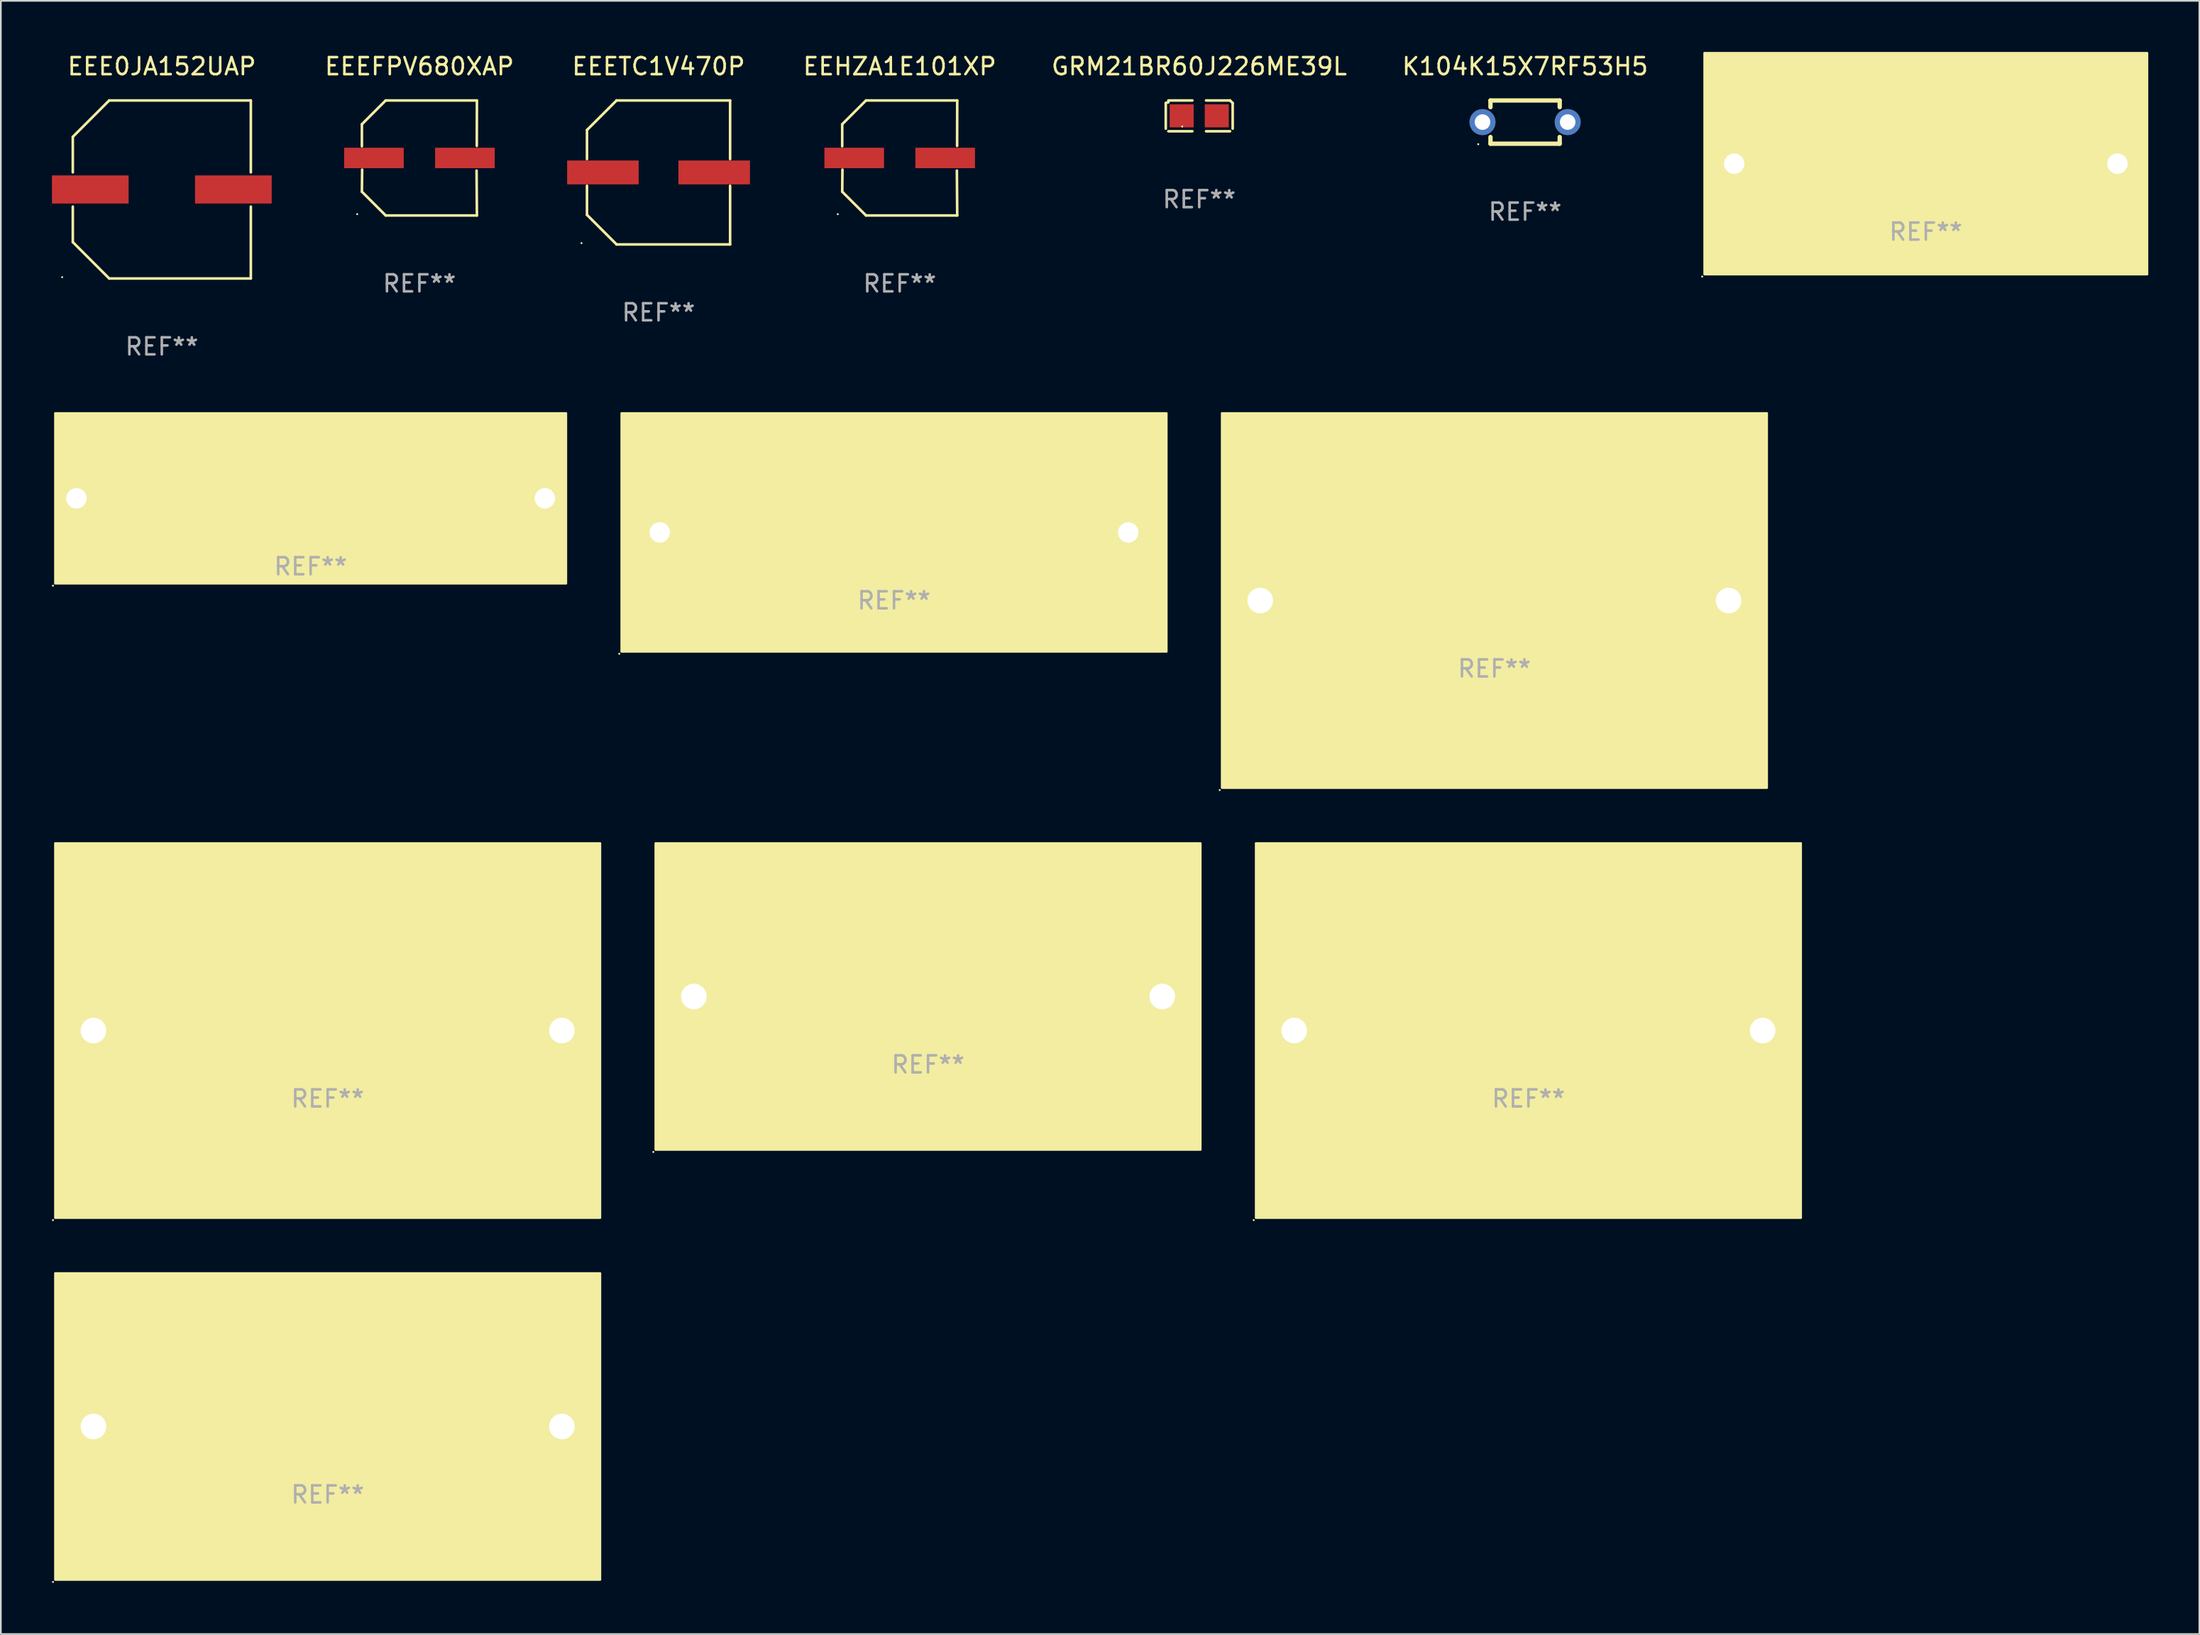
<source format=kicad_pcb>
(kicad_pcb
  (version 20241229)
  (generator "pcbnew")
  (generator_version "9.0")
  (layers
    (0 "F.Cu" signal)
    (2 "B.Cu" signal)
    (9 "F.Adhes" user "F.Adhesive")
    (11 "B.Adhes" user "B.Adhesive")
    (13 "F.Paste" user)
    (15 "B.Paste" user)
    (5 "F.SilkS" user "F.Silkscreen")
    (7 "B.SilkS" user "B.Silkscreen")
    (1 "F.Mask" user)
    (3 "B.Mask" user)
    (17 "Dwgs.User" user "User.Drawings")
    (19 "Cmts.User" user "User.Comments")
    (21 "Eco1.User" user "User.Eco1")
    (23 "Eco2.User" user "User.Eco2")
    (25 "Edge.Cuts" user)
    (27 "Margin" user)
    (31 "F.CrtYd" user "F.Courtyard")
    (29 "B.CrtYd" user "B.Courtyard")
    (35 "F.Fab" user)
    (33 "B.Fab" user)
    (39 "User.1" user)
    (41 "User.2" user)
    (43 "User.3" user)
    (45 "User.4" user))
  (footprint "MP2475K27F8R8LC"
    (layer "F.Cu")
    (at 86.681 57.456)
    (property "Reference" "MP2475K27F8R8LC" (at 0 -2 0) (layer "F.SilkS") (effects (font (size 1 1) (thickness 0.15))))
    (attr through_hole)
    (fp_circle (center -16.127 11.127) (end -16.097 11.127) (stroke (width 0.06) (type solid)) (fill no) (layer "F.SilkS"))
    (fp_poly (pts (xy -16 -11) (xy 16 -11) (xy 16 11) (xy -16 11)) (stroke (width 0.12) (type solid)) (fill yes) (layer "F.SilkS"))
    (fp_text user "REF**" (at 0 4 0) (layer "F.Fab") (effects (font (size 1 1) (thickness 0.15))))
    (pad "1" thru_hole circle (at -13.75 0) (size 2.5 2.5) (drill 1.5) (layers "*.Cu" "*.Mask"))
    (pad "2" thru_hole circle (at 13.75 0) (size 2.5 2.5) (drill 1.5) (layers "*.Cu" "*.Mask")))
  (footprint "EEHZA1E101XP"
    (layer "F.Cu")
    (at 49.771 6.224)
    (property "Reference" "EEHZA1E101XP" (at 0 -5.376 0) (layer "F.SilkS") (effects (font (size 1 1) (thickness 0.15))))
    (attr through_hole)
    (fp_line (start -3.376 -1.98) (end -3.376 -0.686) (stroke (width 0.152) (type solid)) (layer "F.SilkS"))
    (fp_line (start -3.376 1.981) (end -3.362 0.686) (stroke (width 0.152) (type solid)) (layer "F.SilkS"))
    (fp_line (start -1.981 3.376) (end -3.376 1.981) (stroke (width 0.152) (type solid)) (layer "F.SilkS"))
    (fp_line (start -1.98 -3.376) (end -3.376 -1.98) (stroke (width 0.152) (type solid)) (layer "F.SilkS"))
    (fp_line (start 3.356 0.74) (end 3.376 3.376) (stroke (width 0.152) (type solid)) (layer "F.SilkS"))
    (fp_line (start 3.369 -0.707) (end 3.376 -3.376) (stroke (width 0.152) (type solid)) (layer "F.SilkS"))
    (fp_line (start 3.376 3.376) (end -1.981 3.376) (stroke (width 0.152) (type solid)) (layer "F.SilkS"))
    (fp_line (start 3.376 -3.376) (end -1.98 -3.376) (stroke (width 0.152) (type solid)) (layer "F.SilkS"))
    (fp_circle (center -3.634 3.3) (end -3.604 3.3) (stroke (width 0.06) (type solid)) (fill no) (layer "F.SilkS"))
    (fp_text user "REF**" (at 0 7.376 0) (layer "F.Fab") (effects (font (size 1 1) (thickness 0.15))))
    (pad "1" smd rect (at -2.67 0.000254) (size 3.5 1.2) (layers "F.Cu" "F.Mask" "F.Paste"))
    (pad "2" smd rect (at 2.67 0.000254) (size 3.5 1.2) (layers "F.Cu" "F.Mask" "F.Paste")))
  (footprint "MEF335K250D03"
    (layer "F.Cu")
    (at 15.187 26.209)
    (property "Reference" "MEF335K250D03" (at 0 -2 0) (layer "F.SilkS") (effects (font (size 1 1) (thickness 0.15))))
    (attr through_hole)
    (fp_circle (center -15.127 5.127) (end -15.097 5.127) (stroke (width 0.06) (type solid)) (fill no) (layer "F.SilkS"))
    (fp_poly (pts (xy -15 -5) (xy 15 -5) (xy 15 5) (xy -15 5)) (stroke (width 0.12) (type solid)) (fill yes) (layer "F.SilkS"))
    (fp_text user "REF**" (at 0 4 0) (layer "F.Fab") (effects (font (size 1 1) (thickness 0.15))))
    (pad "1" thru_hole circle (at -13.75 0) (size 2 2) (drill 1.2) (layers "*.Cu" "*.Mask"))
    (pad "2" thru_hole circle (at 13.75 0) (size 2 2) (drill 1.2) (layers "*.Cu" "*.Mask")))
  (footprint "K104K15X7RF53H5"
    (layer "F.Cu")
    (at 86.486 4.118)
    (property "Reference" "K104K15X7RF53H5" (at 0 -3.27 0) (layer "F.SilkS") (effects (font (size 1 1) (thickness 0.15))))
    (attr through_hole)
    (fp_line (start -2.032 -1.27) (end -2.032 -0.876) (stroke (width 0.254) (type solid)) (layer "F.SilkS"))
    (fp_line (start -2.032 0.876) (end -2.032 1.27) (stroke (width 0.254) (type solid)) (layer "F.SilkS"))
    (fp_line (start -2.032 1.27) (end 2.032 1.27) (stroke (width 0.254) (type solid)) (layer "F.SilkS"))
    (fp_line (start 2.032 -1.27) (end -2.032 -1.27) (stroke (width 0.254) (type solid)) (layer "F.SilkS"))
    (fp_line (start 2.032 -0.876) (end 2.032 -1.27) (stroke (width 0.254) (type solid)) (layer "F.SilkS"))
    (fp_line (start 2.032 1.27) (end 2.032 0.876) (stroke (width 0.254) (type solid)) (layer "F.SilkS"))
    (fp_circle (center -2.751 1.3) (end -2.721 1.3) (stroke (width 0.06) (type solid)) (fill no) (layer "F.SilkS"))
    (fp_text user "REF**" (at 0 5.27 0) (layer "F.Fab") (effects (font (size 1 1) (thickness 0.15))))
    (pad "1" thru_hole circle (at -2.5 0) (size 1.524 1.524) (drill 0.914) (layers "*.Cu" "*.Mask"))
    (pad "2" thru_hole circle (at 2.5 0) (size 1.524 1.524) (drill 0.914) (layers "*.Cu" "*.Mask")))
  (footprint "EEE0JA152UAP"
    (layer "F.Cu")
    (at 6.45 8.074)
    (property "Reference" "EEE0JA152UAP" (at 0 -7.226 0) (layer "F.SilkS") (effects (font (size 1 1) (thickness 0.15))))
    (attr through_hole)
    (fp_line (start -5.226 -3.09) (end -5.226 -1.005) (stroke (width 0.152) (type solid)) (layer "F.SilkS"))
    (fp_line (start -5.226 1.005) (end -5.226 3.09) (stroke (width 0.152) (type solid)) (layer "F.SilkS"))
    (fp_line (start -3.09 -5.226) (end -5.226 -3.09) (stroke (width 0.152) (type solid)) (layer "F.SilkS"))
    (fp_line (start -3.09 5.226) (end -5.226 3.09) (stroke (width 0.152) (type solid)) (layer "F.SilkS"))
    (fp_line (start 5.226 -5.226) (end -3.09 -5.226) (stroke (width 0.152) (type solid)) (layer "F.SilkS"))
    (fp_line (start 5.226 -5.226) (end 5.226 -1.005) (stroke (width 0.152) (type solid)) (layer "F.SilkS"))
    (fp_line (start 5.226 1.005) (end 5.226 5.226) (stroke (width 0.152) (type solid)) (layer "F.SilkS"))
    (fp_line (start 5.226 5.226) (end -3.09 5.226) (stroke (width 0.152) (type solid)) (layer "F.SilkS"))
    (fp_circle (center -5.85 5.15) (end -5.82 5.15) (stroke (width 0.06) (type solid)) (fill no) (layer "F.SilkS"))
    (fp_text user "REF**" (at 0 9.226 0) (layer "F.Fab") (effects (font (size 1 1) (thickness 0.15))))
    (pad "1" smd rect (at -4.2 0.000292) (size 4.5 1.65) (layers "F.Cu" "F.Mask" "F.Paste"))
    (pad "2" smd rect (at 4.2 0.000292) (size 4.5 1.65) (layers "F.Cu" "F.Mask" "F.Paste")))
  (footprint "MP1335K30F8R8LC"
    (layer "F.Cu")
    (at 84.685 32.209)
    (property "Reference" "MP1335K30F8R8LC" (at 0 -2 0) (layer "F.SilkS") (effects (font (size 1 1) (thickness 0.15))))
    (attr through_hole)
    (fp_circle (center -16.127 11.127) (end -16.097 11.127) (stroke (width 0.06) (type solid)) (fill no) (layer "F.SilkS"))
    (fp_poly (pts (xy -16 -11) (xy 16 -11) (xy 16 11) (xy -16 11)) (stroke (width 0.12) (type solid)) (fill yes) (layer "F.SilkS"))
    (fp_text user "REF**" (at 0 4 0) (layer "F.Fab") (effects (font (size 1 1) (thickness 0.15))))
    (pad "1" thru_hole circle (at -13.75 0) (size 2.5 2.5) (drill 1.5) (layers "*.Cu" "*.Mask"))
    (pad "2" thru_hole circle (at 13.75 0) (size 2.5 2.5) (drill 1.5) (layers "*.Cu" "*.Mask")))
  (footprint "GRM21BR60J226ME39L"
    (layer "F.Cu")
    (at 67.355 3.752)
    (property "Reference" "GRM21BR60J226ME39L" (at 0 -2.904 0) (layer "F.SilkS") (effects (font (size 1 1) (thickness 0.15))))
    (attr through_hole)
    (fp_line (start -1.964 0.751) (end -1.964 -0.751) (stroke (width 0.152) (type solid)) (layer "F.SilkS"))
    (fp_line (start -1.811 -0.904) (end -0.401 -0.904) (stroke (width 0.152) (type solid)) (layer "F.SilkS"))
    (fp_line (start -0.401 0.904) (end -1.811 0.904) (stroke (width 0.152) (type solid)) (layer "F.SilkS"))
    (fp_line (start 0.401 0.904) (end 1.811 0.904) (stroke (width 0.152) (type solid)) (layer "F.SilkS"))
    (fp_line (start 1.811 -0.904) (end 0.401 -0.904) (stroke (width 0.152) (type solid)) (layer "F.SilkS"))
    (fp_line (start 1.964 0.751) (end 1.964 -0.751) (stroke (width 0.152) (type solid)) (layer "F.SilkS"))
    (fp_arc (start -1.963602 -0.751207) (mid -1.890354 -0.783131) (end -1.811201 -0.794044) (stroke (width 0.1524) (type solid)) (layer "F.SilkS"))
    (fp_arc (start 1.811202 -0.903607) (mid 1.887413 -0.827418) (end 1.963602 -0.751207) (stroke (width 0.1524) (type solid)) (layer "F.SilkS"))
    (fp_circle (center -1 0.625) (end -0.97 0.625) (stroke (width 0.06) (type solid)) (fill no) (layer "F.SilkS"))
    (fp_text user "REF**" (at 0 4.904 0) (layer "F.Fab") (effects (font (size 1 1) (thickness 0.15))))
    (pad "1" smd rect (at -1.03 0) (size 1.41 1.35) (layers "F.Cu" "F.Mask" "F.Paste"))
    (pad "2" smd rect (at 1.03 0) (size 1.41 1.35) (layers "F.Cu" "F.Mask" "F.Paste")))
  (footprint "MPP475K0160D322818B2815"
    (layer "F.Cu")
    (at 16.187 80.703)
    (property "Reference" "MPP475K0160D322818B2815" (at 0 -2 0) (layer "F.SilkS") (effects (font (size 1 1) (thickness 0.15))))
    (attr through_hole)
    (fp_circle (center -16.127 9.127) (end -16.097 9.127) (stroke (width 0.06) (type solid)) (fill no) (layer "F.SilkS"))
    (fp_poly (pts (xy -16 -9) (xy 16 -9) (xy 16 9) (xy -16 9)) (stroke (width 0.12) (type solid)) (fill yes) (layer "F.SilkS"))
    (fp_text user "REF**" (at 0 4 0) (layer "F.Fab") (effects (font (size 1 1) (thickness 0.15))))
    (pad "1" thru_hole circle (at -13.75 0) (size 2.5 2.5) (drill 1.5) (layers "*.Cu" "*.Mask"))
    (pad "2" thru_hole circle (at 13.75 0) (size 2.5 2.5) (drill 1.5) (layers "*.Cu" "*.Mask")))
  (footprint "MEF155K400D01"
    (layer "F.Cu")
    (at 110.012 6.56)
    (property "Reference" "MEF155K400D01" (at 0 -2 0) (layer "F.SilkS") (effects (font (size 1 1) (thickness 0.15))))
    (attr through_hole)
    (fp_circle (center -13.127 6.627) (end -13.097 6.627) (stroke (width 0.06) (type solid)) (fill no) (layer "F.SilkS"))
    (fp_poly (pts (xy -13 -6.5) (xy 13 -6.5) (xy 13 6.5) (xy -13 6.5)) (stroke (width 0.12) (type solid)) (fill yes) (layer "F.SilkS"))
    (fp_text user "REF**" (at 0 4 0) (layer "F.Fab") (effects (font (size 1 1) (thickness 0.15))))
    (pad "1" thru_hole circle (at -11.25 0) (size 1.8 1.8) (drill 1.2) (layers "*.Cu" "*.Mask"))
    (pad "2" thru_hole circle (at 11.25 0) (size 1.8 1.8) (drill 1.2) (layers "*.Cu" "*.Mask")))
  (footprint "MP2335K27F8R8LC"
    (layer "F.Cu")
    (at 16.187 57.456)
    (property "Reference" "MP2335K27F8R8LC" (at 0 -2 0) (layer "F.SilkS") (effects (font (size 1 1) (thickness 0.15))))
    (attr through_hole)
    (fp_circle (center -16.127 11.127) (end -16.097 11.127) (stroke (width 0.06) (type solid)) (fill no) (layer "F.SilkS"))
    (fp_poly (pts (xy -16 -11) (xy 16 -11) (xy 16 11) (xy -16 11)) (stroke (width 0.12) (type solid)) (fill yes) (layer "F.SilkS"))
    (fp_text user "REF**" (at 0 4 0) (layer "F.Fab") (effects (font (size 1 1) (thickness 0.15))))
    (pad "1" thru_hole circle (at -13.75 0) (size 2.5 2.5) (drill 1.5) (layers "*.Cu" "*.Mask"))
    (pad "2" thru_hole circle (at 13.75 0) (size 2.5 2.5) (drill 1.5) (layers "*.Cu" "*.Mask")))
  (footprint "MP2475K27F7R8LC"
    (layer "F.Cu")
    (at 51.434 55.456)
    (property "Reference" "MP2475K27F7R8LC" (at 0 -2 0) (layer "F.SilkS") (effects (font (size 1 1) (thickness 0.15))))
    (attr through_hole)
    (fp_circle (center -16.127 9.127) (end -16.097 9.127) (stroke (width 0.06) (type solid)) (fill no) (layer "F.SilkS"))
    (fp_poly (pts (xy -16 -9) (xy 16 -9) (xy 16 9) (xy -16 9)) (stroke (width 0.12) (type solid)) (fill yes) (layer "F.SilkS"))
    (fp_text user "REF**" (at 0 4 0) (layer "F.Fab") (effects (font (size 1 1) (thickness 0.15))))
    (pad "1" thru_hole circle (at -13.75 0) (size 2.5 2.5) (drill 1.5) (layers "*.Cu" "*.Mask"))
    (pad "2" thru_hole circle (at 13.75 0) (size 2.5 2.5) (drill 1.5) (layers "*.Cu" "*.Mask")))
  (footprint "EEETC1V470P"
    (layer "F.Cu")
    (at 35.612 7.074)
    (property "Reference" "EEETC1V470P" (at 0 -6.226 0) (layer "F.SilkS") (effects (font (size 1 1) (thickness 0.15))))
    (attr through_hole)
    (fp_line (start -4.201 -2.49) (end -4.201 -0.782) (stroke (width 0.152) (type solid)) (layer "F.SilkS"))
    (fp_line (start -4.201 2.49) (end -4.201 0.782) (stroke (width 0.152) (type solid)) (layer "F.SilkS"))
    (fp_line (start -2.465 -4.226) (end -4.201 -2.49) (stroke (width 0.152) (type solid)) (layer "F.SilkS"))
    (fp_line (start -2.465 4.226) (end -4.201 2.49) (stroke (width 0.152) (type solid)) (layer "F.SilkS"))
    (fp_line (start 4.201 -4.226) (end -2.465 -4.226) (stroke (width 0.152) (type solid)) (layer "F.SilkS"))
    (fp_line (start 4.201 -0.782) (end 4.201 -4.226) (stroke (width 0.152) (type solid)) (layer "F.SilkS"))
    (fp_line (start 4.201 0.782) (end 4.201 4.226) (stroke (width 0.152) (type solid)) (layer "F.SilkS"))
    (fp_line (start 4.201 4.226) (end -2.465 4.226) (stroke (width 0.152) (type solid)) (layer "F.SilkS"))
    (fp_circle (center -4.524 4.15) (end -4.494 4.15) (stroke (width 0.06) (type solid)) (fill no) (layer "F.SilkS"))
    (fp_text user "REF**" (at 0 8.226 0) (layer "F.Fab") (effects (font (size 1 1) (thickness 0.15))))
    (pad "1" smd rect (at -3.267 0) (size 4.2 1.4) (layers "F.Cu" "F.Mask" "F.Paste"))
    (pad "2" smd rect (at 3.267 0) (size 4.2 1.4) (layers "F.Cu" "F.Mask" "F.Paste")))
  (footprint "MP1225K30F3R8LC"
    (layer "F.Cu")
    (at 49.436 28.209)
    (property "Reference" "MP1225K30F3R8LC" (at 0 -2 0) (layer "F.SilkS") (effects (font (size 1 1) (thickness 0.15))))
    (attr through_hole)
    (fp_circle (center -16.129 7.127) (end -16.099 7.127) (stroke (width 0.06) (type solid)) (fill no) (layer "F.SilkS"))
    (fp_poly (pts (xy -16.002 -7) (xy 16.002 -7) (xy 16.002 7) (xy -16.002 7)) (stroke (width 0.12) (type solid)) (fill yes) (layer "F.SilkS"))
    (fp_text user "REF**" (at 0 4 0) (layer "F.Fab") (effects (font (size 1 1) (thickness 0.15))))
    (pad "1" thru_hole circle (at -13.75 0) (size 2 2) (drill 1.2) (layers "*.Cu" "*.Mask"))
    (pad "2" thru_hole circle (at 13.75 0) (size 2 2) (drill 1.2) (layers "*.Cu" "*.Mask")))
  (footprint "EEEFPV680XAP"
    (layer "F.Cu")
    (at 21.573 6.224)
    (property "Reference" "EEEFPV680XAP" (at 0 -5.376 0) (layer "F.SilkS") (effects (font (size 1 1) (thickness 0.15))))
    (attr through_hole)
    (fp_line (start -3.376 -1.98) (end -3.376 -0.686) (stroke (width 0.152) (type solid)) (layer "F.SilkS"))
    (fp_line (start -3.376 1.981) (end -3.362 0.686) (stroke (width 0.152) (type solid)) (layer "F.SilkS"))
    (fp_line (start -1.981 3.376) (end -3.376 1.981) (stroke (width 0.152) (type solid)) (layer "F.SilkS"))
    (fp_line (start -1.98 -3.376) (end -3.376 -1.98) (stroke (width 0.152) (type solid)) (layer "F.SilkS"))
    (fp_line (start 3.356 0.74) (end 3.376 3.376) (stroke (width 0.152) (type solid)) (layer "F.SilkS"))
    (fp_line (start 3.369 -0.707) (end 3.376 -3.376) (stroke (width 0.152) (type solid)) (layer "F.SilkS"))
    (fp_line (start 3.376 3.376) (end -1.981 3.376) (stroke (width 0.152) (type solid)) (layer "F.SilkS"))
    (fp_line (start 3.376 -3.376) (end -1.98 -3.376) (stroke (width 0.152) (type solid)) (layer "F.SilkS"))
    (fp_circle (center -3.652 3.3) (end -3.622 3.3) (stroke (width 0.06) (type solid)) (fill no) (layer "F.SilkS"))
    (fp_text user "REF**" (at 0 7.376 0) (layer "F.Fab") (effects (font (size 1 1) (thickness 0.15))))
    (pad "1" smd rect (at -2.67 0.000229) (size 3.5 1.2) (layers "F.Cu" "F.Mask" "F.Paste"))
    (pad "2" smd rect (at 2.67 0.000229) (size 3.5 1.2) (layers "F.Cu" "F.Mask" "F.Paste")))
  (gr_rect
    (start -3 -3)
    (end 126.072 92.89)
    (stroke (width 0.1) (type default))
    (fill no)
    (layer "Edge.Cuts")))
</source>
